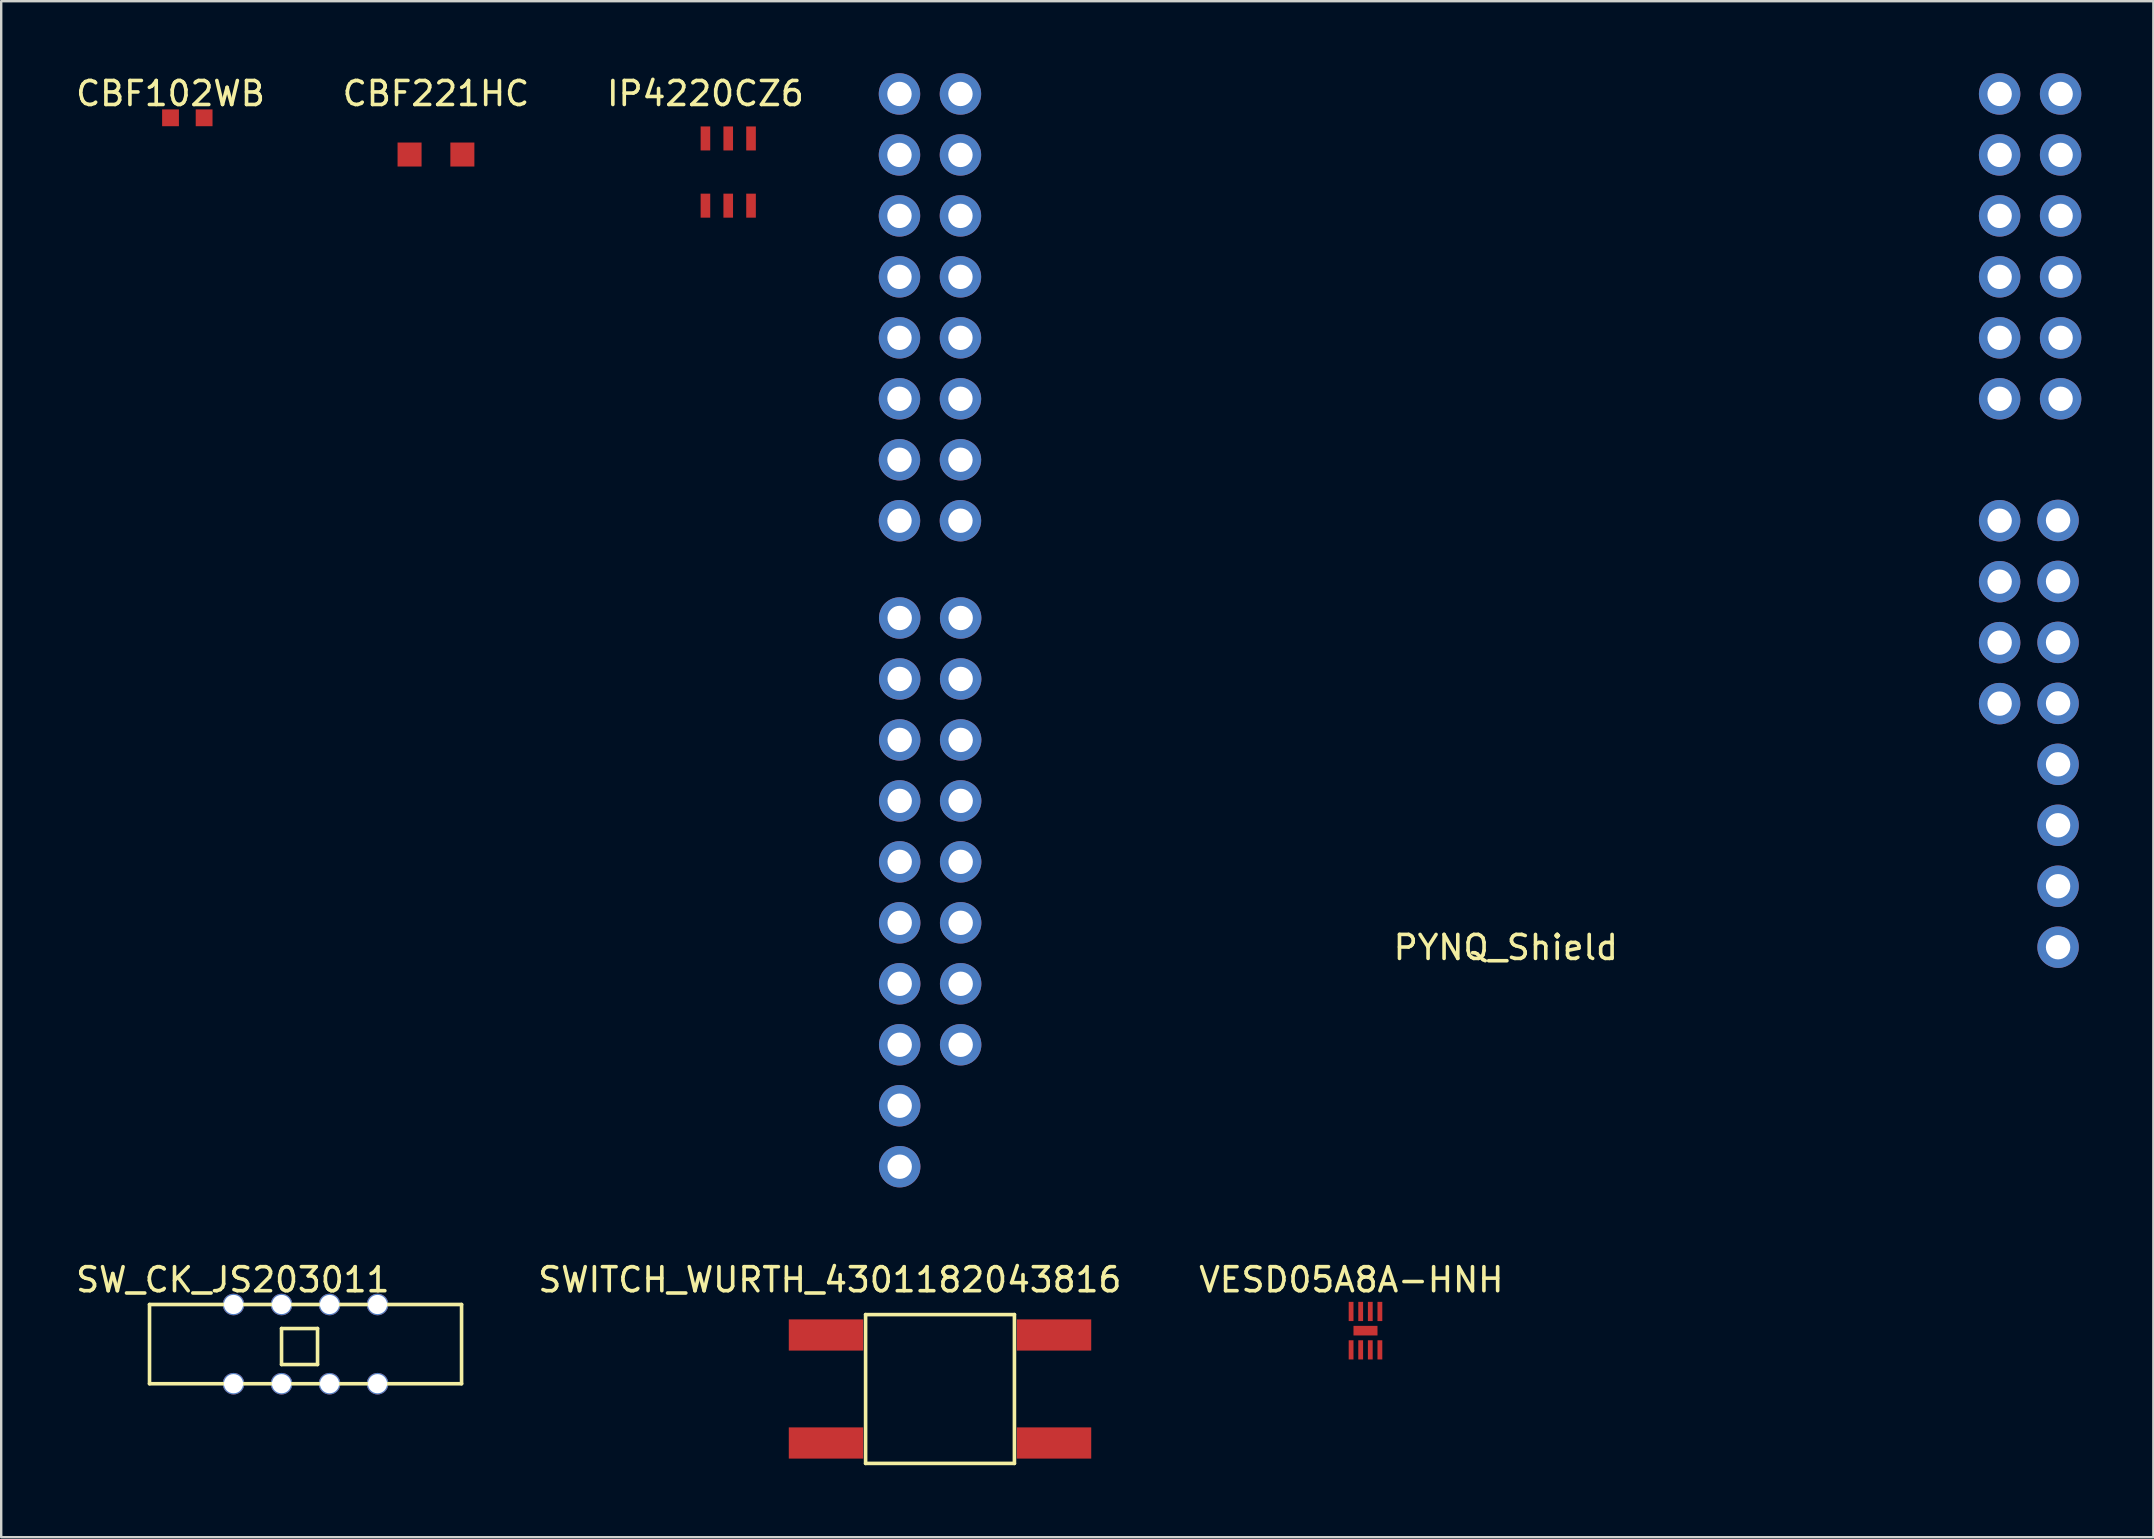
<source format=kicad_pcb>
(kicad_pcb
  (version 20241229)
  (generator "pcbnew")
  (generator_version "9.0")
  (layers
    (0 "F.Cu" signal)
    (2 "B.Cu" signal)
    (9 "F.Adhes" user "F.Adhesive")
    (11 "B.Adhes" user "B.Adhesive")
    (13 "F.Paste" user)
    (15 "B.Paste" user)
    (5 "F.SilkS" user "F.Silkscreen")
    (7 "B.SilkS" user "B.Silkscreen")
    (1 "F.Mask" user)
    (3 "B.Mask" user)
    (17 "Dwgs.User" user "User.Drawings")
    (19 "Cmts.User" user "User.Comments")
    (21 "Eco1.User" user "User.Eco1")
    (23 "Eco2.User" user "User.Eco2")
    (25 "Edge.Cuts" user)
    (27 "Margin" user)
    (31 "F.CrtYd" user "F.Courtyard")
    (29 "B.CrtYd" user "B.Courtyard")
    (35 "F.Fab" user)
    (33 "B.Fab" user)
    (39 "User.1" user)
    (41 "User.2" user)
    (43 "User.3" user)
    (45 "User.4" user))
  (footprint "CBF221HC"
    (layer "F.Cu")
    (at 15.113 3.388)
    (property "Reference" "CBF221HC" (at 0 -2.54 0) (layer "F.SilkS") (effects (font (size 1 1) (thickness 0.15))))
    (attr through_hole)
    (pad "1" smd rect (at -1.1 0) (size 1 1) (layers "F.Cu" "F.Mask" "F.Paste"))
    (pad "2" smd rect (at 1.1 0) (size 1 1) (layers "F.Cu" "F.Mask" "F.Paste")))
  (footprint "PYNQ_Shield"
    (layer "F.Cu")
    (at 57.397 28.804)
    (property "Reference" "PYNQ_Shield" (at 2.286 7.62 0) (layer "F.SilkS") (effects (font (size 1 1) (thickness 0.15))))
    (attr through_hole)
    (pad "1" thru_hole circle (at 25.295 7.608 270) (size 1.727 1.727) (drill 1.016) (layers "*.Cu" "*.Mask"))
    (pad "2" thru_hole circle (at 25.295 5.068 270) (size 1.727 1.727) (drill 1.016) (layers "*.Cu" "*.Mask"))
    (pad "3" thru_hole circle (at 25.295 2.528 270) (size 1.727 1.727) (drill 1.016) (layers "*.Cu" "*.Mask"))
    (pad "4" thru_hole circle (at 25.295 -0.012 270) (size 1.727 1.727) (drill 1.016) (layers "*.Cu" "*.Mask"))
    (pad "5" thru_hole circle (at 25.295 -2.552 270) (size 1.727 1.727) (drill 1.016) (layers "*.Cu" "*.Mask"))
    (pad "6" thru_hole circle (at 25.295 -5.092 270) (size 1.727 1.727) (drill 1.016) (layers "*.Cu" "*.Mask"))
    (pad "7" thru_hole circle (at 25.295 -7.632 270) (size 1.727 1.727) (drill 1.016) (layers "*.Cu" "*.Mask"))
    (pad "8" thru_hole circle (at 25.295 -10.172 270) (size 1.727 1.727) (drill 1.016) (layers "*.Cu" "*.Mask"))
    (pad "9" thru_hole circle (at 22.86 -2.54 270) (size 1.727 1.727) (drill 1.016) (layers "*.Cu" "*.Mask"))
    (pad "10" thru_hole circle (at 22.86 -5.08 270) (size 1.727 1.727) (drill 1.016) (layers "*.Cu" "*.Mask"))
    (pad "11" thru_hole circle (at 22.86 -7.62 270) (size 1.727 1.727) (drill 1.016) (layers "*.Cu" "*.Mask"))
    (pad "12" thru_hole circle (at 22.86 -10.16 270) (size 1.727 1.727) (drill 1.016) (layers "*.Cu" "*.Mask"))
    (pad "13" thru_hole circle (at 25.4 -15.24 270) (size 1.727 1.727) (drill 1.016) (layers "*.Cu" "*.Mask"))
    (pad "14" thru_hole circle (at 25.4 -17.78 270) (size 1.727 1.727) (drill 1.016) (layers "*.Cu" "*.Mask"))
    (pad "15" thru_hole circle (at 25.4 -20.32 270) (size 1.727 1.727) (drill 1.016) (layers "*.Cu" "*.Mask"))
    (pad "16" thru_hole circle (at 25.4 -22.86 270) (size 1.727 1.727) (drill 1.016) (layers "*.Cu" "*.Mask"))
    (pad "17" thru_hole circle (at 25.4 -25.4 270) (size 1.727 1.727) (drill 1.016) (layers "*.Cu" "*.Mask"))
    (pad "18" thru_hole circle (at 25.4 -27.94 270) (size 1.727 1.727) (drill 1.016) (layers "*.Cu" "*.Mask"))
    (pad "19" thru_hole circle (at 22.86 -15.24 270) (size 1.727 1.727) (drill 1.016) (layers "*.Cu" "*.Mask"))
    (pad "20" thru_hole circle (at 22.86 -17.78 270) (size 1.727 1.727) (drill 1.016) (layers "*.Cu" "*.Mask"))
    (pad "21" thru_hole circle (at 22.86 -20.32 270) (size 1.727 1.727) (drill 1.016) (layers "*.Cu" "*.Mask"))
    (pad "22" thru_hole circle (at 22.86 -22.86 270) (size 1.727 1.727) (drill 1.016) (layers "*.Cu" "*.Mask"))
    (pad "23" thru_hole circle (at 22.86 -25.4 270) (size 1.727 1.727) (drill 1.016) (layers "*.Cu" "*.Mask"))
    (pad "24" thru_hole circle (at 22.86 -27.94 270) (size 1.727 1.727) (drill 1.016) (layers "*.Cu" "*.Mask"))
    (pad "25" thru_hole circle (at -22.965 16.752 270) (size 1.727 1.727) (drill 1.016) (layers "*.Cu" "*.Mask"))
    (pad "26" thru_hole circle (at -22.965 14.212 270) (size 1.727 1.727) (drill 1.016) (layers "*.Cu" "*.Mask"))
    (pad "27" thru_hole circle (at -22.965 11.672 270) (size 1.727 1.727) (drill 1.016) (layers "*.Cu" "*.Mask"))
    (pad "28" thru_hole circle (at -22.965 9.132 270) (size 1.727 1.727) (drill 1.016) (layers "*.Cu" "*.Mask"))
    (pad "29" thru_hole circle (at -22.965 6.592 270) (size 1.727 1.727) (drill 1.016) (layers "*.Cu" "*.Mask"))
    (pad "30" thru_hole circle (at -22.965 4.052 270) (size 1.727 1.727) (drill 1.016) (layers "*.Cu" "*.Mask"))
    (pad "31" thru_hole circle (at -22.965 1.512 270) (size 1.727 1.727) (drill 1.016) (layers "*.Cu" "*.Mask"))
    (pad "32" thru_hole circle (at -22.965 -1.028 270) (size 1.727 1.727) (drill 1.016) (layers "*.Cu" "*.Mask"))
    (pad "33" thru_hole circle (at -22.965 -3.568 270) (size 1.727 1.727) (drill 1.016) (layers "*.Cu" "*.Mask"))
    (pad "34" thru_hole circle (at -22.965 -6.108 270) (size 1.727 1.727) (drill 1.016) (layers "*.Cu" "*.Mask"))
    (pad "35" thru_hole circle (at -20.425 11.672 270) (size 1.727 1.727) (drill 1.016) (layers "*.Cu" "*.Mask"))
    (pad "36" thru_hole circle (at -20.425 9.132 270) (size 1.727 1.727) (drill 1.016) (layers "*.Cu" "*.Mask"))
    (pad "37" thru_hole circle (at -20.425 6.592 270) (size 1.727 1.727) (drill 1.016) (layers "*.Cu" "*.Mask"))
    (pad "38" thru_hole circle (at -20.425 4.052 270) (size 1.727 1.727) (drill 1.016) (layers "*.Cu" "*.Mask"))
    (pad "39" thru_hole circle (at -20.425 1.512 270) (size 1.727 1.727) (drill 1.016) (layers "*.Cu" "*.Mask"))
    (pad "40" thru_hole circle (at -20.425 -1.028 270) (size 1.727 1.727) (drill 1.016) (layers "*.Cu" "*.Mask"))
    (pad "41" thru_hole circle (at -20.425 -3.568 270) (size 1.727 1.727) (drill 1.016) (layers "*.Cu" "*.Mask"))
    (pad "42" thru_hole circle (at -20.425 -6.108 270) (size 1.727 1.727) (drill 1.016) (layers "*.Cu" "*.Mask"))
    (pad "43" thru_hole circle (at -22.974 -10.16 270) (size 1.727 1.727) (drill 1.016) (layers "*.Cu" "*.Mask"))
    (pad "44" thru_hole circle (at -22.974 -12.7 270) (size 1.727 1.727) (drill 1.016) (layers "*.Cu" "*.Mask"))
    (pad "45" thru_hole circle (at -22.974 -15.24 270) (size 1.727 1.727) (drill 1.016) (layers "*.Cu" "*.Mask"))
    (pad "46" thru_hole circle (at -22.974 -17.78 270) (size 1.727 1.727) (drill 1.016) (layers "*.Cu" "*.Mask"))
    (pad "47" thru_hole circle (at -22.974 -20.32 270) (size 1.727 1.727) (drill 1.016) (layers "*.Cu" "*.Mask"))
    (pad "48" thru_hole circle (at -22.974 -22.86 270) (size 1.727 1.727) (drill 1.016) (layers "*.Cu" "*.Mask"))
    (pad "49" thru_hole circle (at -22.974 -25.4 270) (size 1.727 1.727) (drill 1.016) (layers "*.Cu" "*.Mask"))
    (pad "50" thru_hole circle (at -22.974 -27.94 270) (size 1.727 1.727) (drill 1.016) (layers "*.Cu" "*.Mask"))
    (pad "51" thru_hole circle (at -20.434 -10.16 270) (size 1.727 1.727) (drill 1.016) (layers "*.Cu" "*.Mask"))
    (pad "52" thru_hole circle (at -20.434 -12.7 270) (size 1.727 1.727) (drill 1.016) (layers "*.Cu" "*.Mask"))
    (pad "53" thru_hole circle (at -20.434 -15.24 270) (size 1.727 1.727) (drill 1.016) (layers "*.Cu" "*.Mask"))
    (pad "54" thru_hole circle (at -20.434 -17.78 270) (size 1.727 1.727) (drill 1.016) (layers "*.Cu" "*.Mask"))
    (pad "55" thru_hole circle (at -20.434 -20.32 270) (size 1.727 1.727) (drill 1.016) (layers "*.Cu" "*.Mask"))
    (pad "56" thru_hole circle (at -20.434 -22.86 270) (size 1.727 1.727) (drill 1.016) (layers "*.Cu" "*.Mask"))
    (pad "57" thru_hole circle (at -20.434 -25.4 270) (size 1.727 1.727) (drill 1.016) (layers "*.Cu" "*.Mask"))
    (pad "58" thru_hole circle (at -20.434 -27.94 270) (size 1.727 1.727) (drill 1.016) (layers "*.Cu" "*.Mask")))
  (footprint "VESD05A8A-HNH"
    (layer "F.Cu")
    (at 53.238 51.587)
    (property "Reference" "VESD05A8A-HNH" (at 0.01 -1.32 0) (layer "F.SilkS") (effects (font (size 1 1) (thickness 0.15))))
    (attr through_hole)
    (pad "1" smd rect (at 0 0) (size 0.2 0.8) (layers "F.Cu" "F.Mask" "F.Paste"))
    (pad "2" smd rect (at 0.4 0) (size 0.2 0.8) (layers "F.Cu" "F.Mask" "F.Paste"))
    (pad "3" smd rect (at 0.8 0) (size 0.2 0.8) (layers "F.Cu" "F.Mask" "F.Paste"))
    (pad "4" smd rect (at 1.2 0) (size 0.2 0.8) (layers "F.Cu" "F.Mask" "F.Paste"))
    (pad "5" smd rect (at 0 1.6) (size 0.2 0.8) (layers "F.Cu" "F.Mask" "F.Paste"))
    (pad "6" smd rect (at 0.4 1.6) (size 0.2 0.8) (layers "F.Cu" "F.Mask" "F.Paste"))
    (pad "7" smd rect (at 0.8 1.6) (size 0.2 0.8) (layers "F.Cu" "F.Mask" "F.Paste"))
    (pad "8" smd rect (at 1.2 1.6) (size 0.2 0.8) (layers "F.Cu" "F.Mask" "F.Paste"))
    (pad "9" smd rect (at 0.6 0.8) (size 1 0.4) (layers "F.Cu" "F.Mask" "F.Paste")))
  (footprint "SWITCH_WURTH_4301182043816"
    (layer "F.Cu")
    (at 31.362 52.567)
    (property "Reference" "SWITCH_WURTH_4301182043816" (at 0.16 -2.3 0) (layer "F.SilkS") (effects (font (size 1 1) (thickness 0.15))))
    (attr through_hole)
    (fp_line (start 1.65 5.35) (end 1.65 -0.85) (stroke (width 0.15) (type solid)) (layer "F.SilkS"))
    (fp_line (start 7.85 -0.85) (end 1.65 -0.85) (stroke (width 0.15) (type solid)) (layer "F.SilkS"))
    (fp_line (start 7.85 -0.85) (end 7.85 5.35) (stroke (width 0.15) (type solid)) (layer "F.SilkS"))
    (fp_line (start 7.85 5.35) (end 1.65 5.35) (stroke (width 0.15) (type solid)) (layer "F.SilkS"))
    (pad "1" smd rect (at 0 0) (size 3.1 1.3) (layers "F.Cu" "F.Mask" "F.Paste"))
    (pad "1" smd rect (at 9.5 0) (size 3.1 1.3) (layers "F.Cu" "F.Mask" "F.Paste"))
    (pad "2" smd rect (at 0 4.5) (size 3.1 1.3) (layers "F.Cu" "F.Mask" "F.Paste"))
    (pad "2" smd rect (at 9.5 4.5) (size 3.1 1.3) (layers "F.Cu" "F.Mask" "F.Paste")))
  (footprint "SW_CK_JS203011"
    (layer "F.Cu")
    (at 6.679 51.297)
    (property "Reference" "SW_CK_JS203011" (at -0.03 -1.03 0) (layer "F.SilkS") (effects (font (size 1 1) (thickness 0.15))))
    (attr through_hole)
    (fp_line (start -3.5 0) (end -3.5 3.3) (stroke (width 0.15) (type solid)) (layer "F.SilkS"))
    (fp_line (start -3.5 0) (end 9.5 0) (stroke (width 0.15) (type solid)) (layer "F.SilkS"))
    (fp_line (start 2 1) (end 3.5 1) (stroke (width 0.15) (type solid)) (layer "F.SilkS"))
    (fp_line (start 2 2.5) (end 2 1) (stroke (width 0.15) (type solid)) (layer "F.SilkS"))
    (fp_line (start 3.5 1) (end 3.5 2.5) (stroke (width 0.15) (type solid)) (layer "F.SilkS"))
    (fp_line (start 3.5 2.5) (end 2 2.5) (stroke (width 0.15) (type solid)) (layer "F.SilkS"))
    (fp_line (start 9.5 0) (end 9.5 3.3) (stroke (width 0.15) (type solid)) (layer "F.SilkS"))
    (fp_line (start 9.5 3.3) (end -3.5 3.3) (stroke (width 0.15) (type solid)) (layer "F.SilkS"))
    (pad "1" thru_hole circle (at 0 0) (size 0.9 0.9) (drill 0.8) (layers "*.Cu" "*.Mask"))
    (pad "2" thru_hole circle (at 0 3.3) (size 0.9 0.9) (drill 0.8) (layers "*.Cu" "*.Mask"))
    (pad "3" thru_hole circle (at 2 0) (size 0.9 0.9) (drill 0.8) (layers "*.Cu" "*.Mask"))
    (pad "4" thru_hole circle (at 2 3.3) (size 0.9 0.9) (drill 0.8) (layers "*.Cu" "*.Mask"))
    (pad "6" thru_hole circle (at 4 0) (size 0.9 0.9) (drill 0.8) (layers "*.Cu" "*.Mask"))
    (pad "6" thru_hole circle (at 4 3.3) (size 0.9 0.9) (drill 0.8) (layers "*.Cu" "*.Mask"))
    (pad "7" thru_hole circle (at 6 0) (size 0.9 0.9) (drill 0.8) (layers "*.Cu" "*.Mask"))
    (pad "8" thru_hole circle (at 6 3.3) (size 0.9 0.9) (drill 0.8) (layers "*.Cu" "*.Mask")))
  (footprint "CBF102WB"
    (layer "F.Cu")
    (at 4.054 1.858)
    (property "Reference" "CBF102WB" (at 0 -1.01 0) (layer "F.SilkS") (effects (font (size 1 1) (thickness 0.15))))
    (attr through_hole)
    (pad "1" smd rect (at 0 0) (size 0.7 0.7) (layers "F.Cu" "F.Mask" "F.Paste"))
    (pad "2" smd rect (at 1.4 0) (size 0.7 0.7) (layers "F.Cu" "F.Mask" "F.Paste")))
  (footprint "IP4220CZ6"
    (layer "F.Cu")
    (at 26.339 2.718)
    (property "Reference" "IP4220CZ6" (at 0 -1.87 0) (layer "F.SilkS") (effects (font (size 1 1) (thickness 0.15))))
    (attr through_hole)
    (pad "1" smd rect (at 0 2.8) (size 0.4 1) (layers "F.Cu" "F.Mask" "F.Paste"))
    (pad "2" smd rect (at 0.95 2.8) (size 0.4 1) (layers "F.Cu" "F.Mask" "F.Paste"))
    (pad "3" smd rect (at 1.9 2.8) (size 0.4 1) (layers "F.Cu" "F.Mask" "F.Paste"))
    (pad "4" smd rect (at 0 0) (size 0.4 1) (layers "F.Cu" "F.Mask" "F.Paste"))
    (pad "5" smd rect (at 0.95 0) (size 0.4 1) (layers "F.Cu" "F.Mask" "F.Paste"))
    (pad "6" smd rect (at 1.9 0) (size 0.4 1) (layers "F.Cu" "F.Mask" "F.Paste")))
  (gr_rect
    (start -3 -3)
    (end 86.661 60.992)
    (stroke (width 0.1) (type default))
    (fill no)
    (layer "Edge.Cuts")))
</source>
